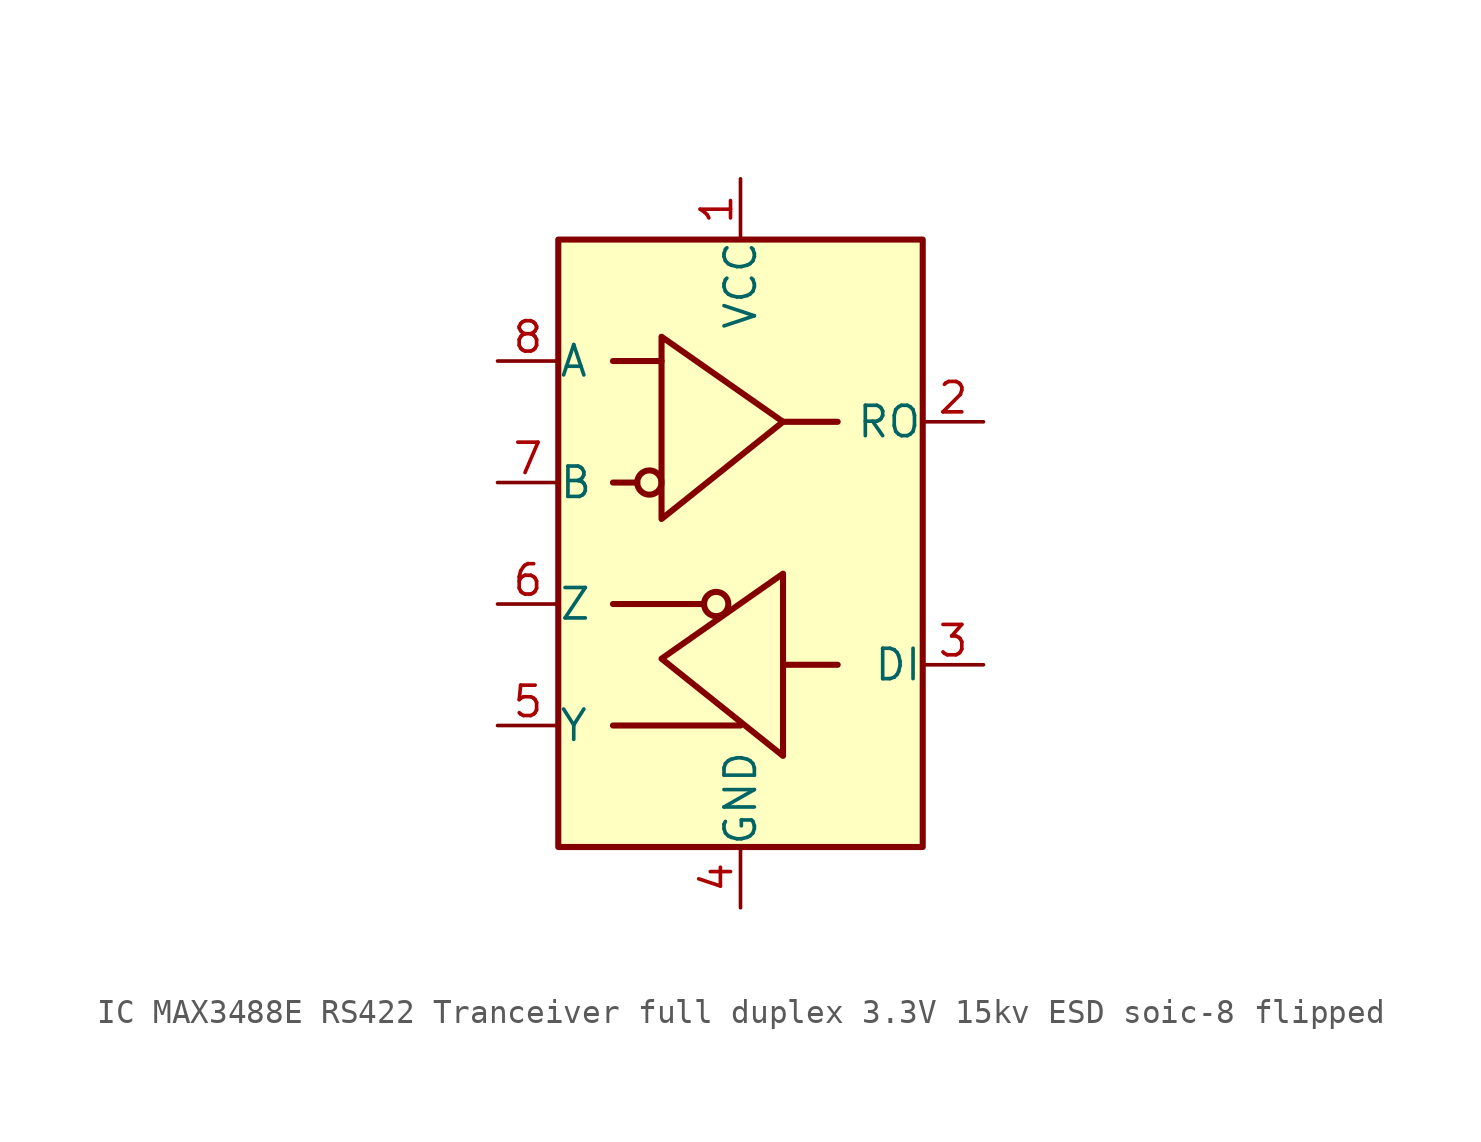
<source format=kicad_sym>
(kicad_symbol_lib
  (version 20241209)
  (generator "kicad_symbol_editor")
  (generator_version "9.0")
  (symbol "IC MAX3488E RS422 Tranceiver full duplex 3.3V 15kv ESD soic-8 flipped"
    (pin_names
      (offset 0.002))
    (property "Reference" "U"
      (at 10.16 15.24 0)
      (effects (font (size 1.27 1.27)) (justify left) (hide yes)))
    (symbol "IC MAX3488E RS422 Tranceiver full duplex 3.3V 15kv ESD soic-8 flipped_0_1"
      (rectangle (start -7.62 -12.7) (end 7.62 12.7) (stroke (width 0.254) (type default)) (fill (type background)))
      (polyline (pts (xy -4.318 2.54) (xy -5.334 2.54)) (stroke (width 0.254) (type default)) (fill (type none)))
      (polyline (pts (xy -3.302 7.62) (xy -5.334 7.62)) (stroke (width 0.254) (type default)) (fill (type none)))
      (polyline (pts (xy -1.524 -2.54) (xy -5.334 -2.54)) (stroke (width 0.254) (type default)) (fill (type none)))
      (circle (center -1.016 -2.54) (radius 0.508) (stroke (width 0.254) (type default)) (fill (type none)))
      (polyline (pts (xy 0 -7.62) (xy -5.334 -7.62)) (stroke (width 0.254) (type default)) (fill (type none)))
      (polyline (pts (xy 1.778 5.08) (xy 4.064 5.08)) (stroke (width 0.254) (type default)) (fill (type none)))
      (polyline (pts (xy 1.778 -5.08) (xy 4.064 -5.08)) (stroke (width 0.254) (type default)) (fill (type none)))
      (polyline (pts (xy 1.778 -5.08) (xy 1.778 -1.27) (xy -3.302 -4.826) (xy 1.778 -8.89) (xy 1.778 -5.08)) (stroke (width 0.254) (type default)) (fill (type none))))
    (symbol "IC MAX3488E RS422 Tranceiver full duplex 3.3V 15kv ESD soic-8 flipped_1_1"
      (circle (center -3.81 2.54) (radius 0.508) (stroke (width 0.254) (type default)) (fill (type none)))
      (polyline (pts (xy -3.302 4.826) (xy -3.302 8.636) (xy 1.778 5.08) (xy -3.302 1.016) (xy -3.302 4.826)) (stroke (width 0.254) (type default)) (fill (type none)))
      (pin input line (at -10.16 7.62 0) (length 2.54) (name "A" (effects (font (size 1.27 1.27)))) (number "8" (effects (font (size 1.27 1.27)))))
      (pin input line (at -10.16 2.54 0) (length 2.54) (name "B" (effects (font (size 1.27 1.27)))) (number "7" (effects (font (size 1.27 1.27)))))
      (pin output line (at -10.16 -2.54 0) (length 2.54) (name "Z" (effects (font (size 1.27 1.27)))) (number "6" (effects (font (size 1.27 1.27)))))
      (pin output line (at -10.16 -7.62 0) (length 2.54) (name "Y" (effects (font (size 1.27 1.27)))) (number "5" (effects (font (size 1.27 1.27)))))
      (pin power_in line (at 0 15.24 270) (length 2.54) (name "VCC" (effects (font (size 1.27 1.27)))) (number "1" (effects (font (size 1.27 1.27)))))
      (pin power_in line (at 0 -15.24 90) (length 2.54) (name "GND" (effects (font (size 1.27 1.27)))) (number "4" (effects (font (size 1.27 1.27)))))
      (pin output line (at 10.16 5.08 180) (length 2.54) (name "RO" (effects (font (size 1.27 1.27)))) (number "2" (effects (font (size 1.27 1.27)))))
      (pin input line (at 10.16 -5.08 180) (length 2.54) (name "DI" (effects (font (size 1.27 1.27)))) (number "3" (effects (font (size 1.27 1.27))))))))
</source>
